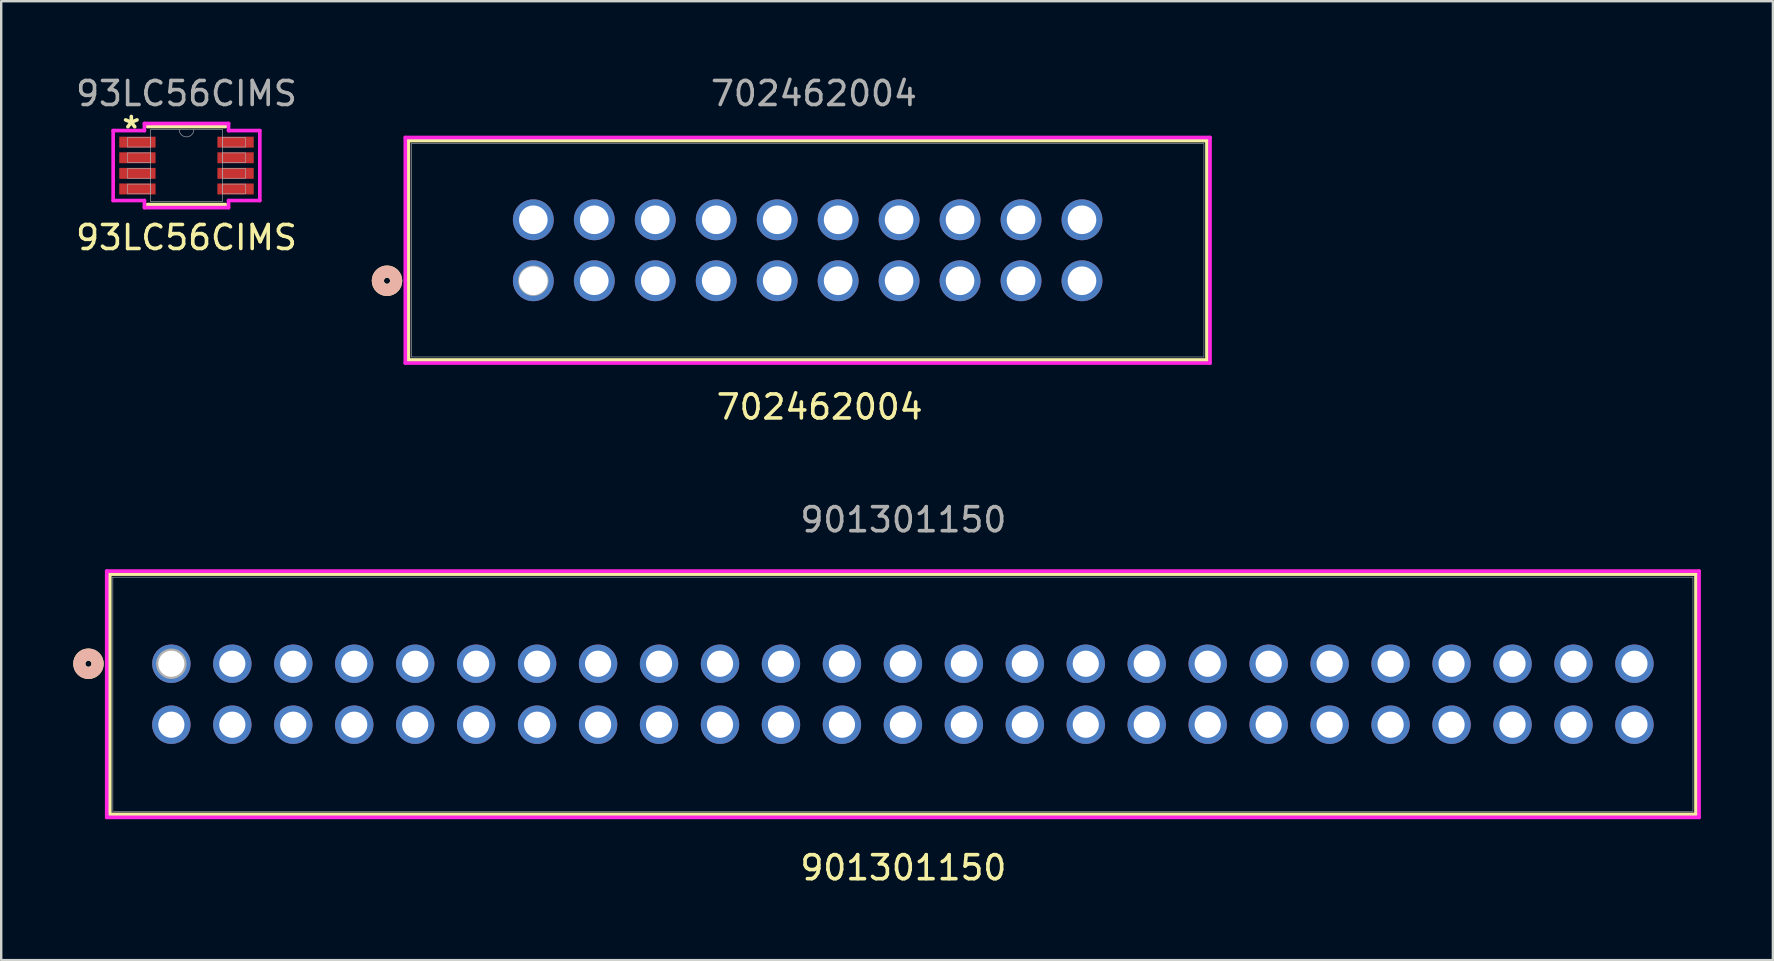
<source format=kicad_pcb>
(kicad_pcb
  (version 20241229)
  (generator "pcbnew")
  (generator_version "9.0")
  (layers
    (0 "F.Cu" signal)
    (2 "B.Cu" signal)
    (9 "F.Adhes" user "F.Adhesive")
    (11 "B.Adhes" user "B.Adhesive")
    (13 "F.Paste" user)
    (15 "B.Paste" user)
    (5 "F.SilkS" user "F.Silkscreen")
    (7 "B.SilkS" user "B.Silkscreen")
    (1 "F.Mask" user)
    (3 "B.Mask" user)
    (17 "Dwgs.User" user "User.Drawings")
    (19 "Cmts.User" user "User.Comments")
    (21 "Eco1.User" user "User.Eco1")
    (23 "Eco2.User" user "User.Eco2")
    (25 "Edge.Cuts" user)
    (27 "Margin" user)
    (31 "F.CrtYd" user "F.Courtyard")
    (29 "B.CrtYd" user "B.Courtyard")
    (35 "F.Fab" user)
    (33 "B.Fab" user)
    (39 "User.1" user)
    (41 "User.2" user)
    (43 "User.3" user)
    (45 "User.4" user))
  (footprint "901301150"
    (layer "F.Cu")
    (at 4.089 24.605)
    (property "Reference" "901301150" (at 30.5 8.5 0) (unlocked yes) (layer "F.SilkS") (effects (font (size 1 1) (thickness 0.15))))
    (attr through_hole)
    (fp_line (start -2.565 -3.734) (end -2.565 6.274) (stroke (width 0.152) (type solid)) (layer "F.SilkS"))
    (fp_line (start -2.565 6.274) (end 63.525 6.274) (stroke (width 0.152) (type solid)) (layer "F.SilkS"))
    (fp_line (start 63.525 -3.734) (end -2.565 -3.734) (stroke (width 0.152) (type solid)) (layer "F.SilkS"))
    (fp_line (start 63.525 6.274) (end 63.525 -3.734) (stroke (width 0.152) (type solid)) (layer "F.SilkS"))
    (fp_circle (center -3.454 0) (end -3.073 0) (stroke (width 0.508) (type solid)) (fill no) (layer "F.SilkS"))
    (fp_circle (center -3.454 0) (end -3.073 0) (stroke (width 0.508) (type solid)) (fill no) (layer "B.SilkS"))
    (fp_line (start -2.692 -3.861) (end -2.692 6.401) (stroke (width 0.152) (type solid)) (layer "F.CrtYd"))
    (fp_line (start -2.692 6.401) (end 63.652 6.401) (stroke (width 0.152) (type solid)) (layer "F.CrtYd"))
    (fp_line (start 63.652 -3.861) (end -2.692 -3.861) (stroke (width 0.152) (type solid)) (layer "F.CrtYd"))
    (fp_line (start 63.652 6.401) (end 63.652 -3.861) (stroke (width 0.152) (type solid)) (layer "F.CrtYd"))
    (fp_line (start -2.438 -3.607) (end -2.438 6.147) (stroke (width 0.025) (type solid)) (layer "F.Fab"))
    (fp_line (start -2.438 6.147) (end 63.398 6.147) (stroke (width 0.025) (type solid)) (layer "F.Fab"))
    (fp_line (start 63.398 -3.607) (end -2.438 -3.607) (stroke (width 0.025) (type solid)) (layer "F.Fab"))
    (fp_line (start 63.398 6.147) (end 63.398 -3.607) (stroke (width 0.025) (type solid)) (layer "F.Fab"))
    (fp_circle (center 0 0) (end 0.381 0) (stroke (width 0.508) (type solid)) (fill no) (layer "F.Fab"))
    (fp_text user "${REFERENCE}" (at 30.5 -6 0) (unlocked yes) (layer "F.Fab") (effects (font (size 1 1) (thickness 0.15))))
    (pad "1" thru_hole circle (at 0 0) (size 1.6 1.6) (drill 1.092) (layers "*.Cu" "*.Mask"))
    (pad "2" thru_hole circle (at 0 2.54) (size 1.6 1.6) (drill 1.092) (layers "*.Cu" "*.Mask"))
    (pad "3" thru_hole circle (at 2.54 0) (size 1.6 1.6) (drill 1.092) (layers "*.Cu" "*.Mask"))
    (pad "4" thru_hole circle (at 2.54 2.54) (size 1.6 1.6) (drill 1.092) (layers "*.Cu" "*.Mask"))
    (pad "5" thru_hole circle (at 5.08 0) (size 1.6 1.6) (drill 1.092) (layers "*.Cu" "*.Mask"))
    (pad "6" thru_hole circle (at 5.08 2.54) (size 1.6 1.6) (drill 1.092) (layers "*.Cu" "*.Mask"))
    (pad "7" thru_hole circle (at 7.62 0) (size 1.6 1.6) (drill 1.092) (layers "*.Cu" "*.Mask"))
    (pad "8" thru_hole circle (at 7.62 2.54) (size 1.6 1.6) (drill 1.092) (layers "*.Cu" "*.Mask"))
    (pad "9" thru_hole circle (at 10.16 0) (size 1.6 1.6) (drill 1.092) (layers "*.Cu" "*.Mask"))
    (pad "10" thru_hole circle (at 10.16 2.54) (size 1.6 1.6) (drill 1.092) (layers "*.Cu" "*.Mask"))
    (pad "11" thru_hole circle (at 12.7 0) (size 1.6 1.6) (drill 1.092) (layers "*.Cu" "*.Mask"))
    (pad "12" thru_hole circle (at 12.7 2.54) (size 1.6 1.6) (drill 1.092) (layers "*.Cu" "*.Mask"))
    (pad "13" thru_hole circle (at 15.24 0) (size 1.6 1.6) (drill 1.092) (layers "*.Cu" "*.Mask"))
    (pad "14" thru_hole circle (at 15.24 2.54) (size 1.6 1.6) (drill 1.092) (layers "*.Cu" "*.Mask"))
    (pad "15" thru_hole circle (at 17.78 0) (size 1.6 1.6) (drill 1.092) (layers "*.Cu" "*.Mask"))
    (pad "16" thru_hole circle (at 17.78 2.54) (size 1.6 1.6) (drill 1.092) (layers "*.Cu" "*.Mask"))
    (pad "17" thru_hole circle (at 20.32 0) (size 1.6 1.6) (drill 1.092) (layers "*.Cu" "*.Mask"))
    (pad "18" thru_hole circle (at 20.32 2.54) (size 1.6 1.6) (drill 1.092) (layers "*.Cu" "*.Mask"))
    (pad "19" thru_hole circle (at 22.86 0) (size 1.6 1.6) (drill 1.092) (layers "*.Cu" "*.Mask"))
    (pad "20" thru_hole circle (at 22.86 2.54) (size 1.6 1.6) (drill 1.092) (layers "*.Cu" "*.Mask"))
    (pad "21" thru_hole circle (at 25.4 0) (size 1.6 1.6) (drill 1.092) (layers "*.Cu" "*.Mask"))
    (pad "22" thru_hole circle (at 25.4 2.54) (size 1.6 1.6) (drill 1.092) (layers "*.Cu" "*.Mask"))
    (pad "23" thru_hole circle (at 27.94 0) (size 1.6 1.6) (drill 1.092) (layers "*.Cu" "*.Mask"))
    (pad "24" thru_hole circle (at 27.94 2.54) (size 1.6 1.6) (drill 1.092) (layers "*.Cu" "*.Mask"))
    (pad "25" thru_hole circle (at 30.48 0) (size 1.6 1.6) (drill 1.092) (layers "*.Cu" "*.Mask"))
    (pad "26" thru_hole circle (at 30.48 2.54) (size 1.6 1.6) (drill 1.092) (layers "*.Cu" "*.Mask"))
    (pad "27" thru_hole circle (at 33.02 0) (size 1.6 1.6) (drill 1.092) (layers "*.Cu" "*.Mask"))
    (pad "28" thru_hole circle (at 33.02 2.54) (size 1.6 1.6) (drill 1.092) (layers "*.Cu" "*.Mask"))
    (pad "29" thru_hole circle (at 35.56 0) (size 1.6 1.6) (drill 1.092) (layers "*.Cu" "*.Mask"))
    (pad "30" thru_hole circle (at 35.56 2.54) (size 1.6 1.6) (drill 1.092) (layers "*.Cu" "*.Mask"))
    (pad "31" thru_hole circle (at 38.1 0) (size 1.6 1.6) (drill 1.092) (layers "*.Cu" "*.Mask"))
    (pad "32" thru_hole circle (at 38.1 2.54) (size 1.6 1.6) (drill 1.092) (layers "*.Cu" "*.Mask"))
    (pad "33" thru_hole circle (at 40.64 0) (size 1.6 1.6) (drill 1.092) (layers "*.Cu" "*.Mask"))
    (pad "34" thru_hole circle (at 40.64 2.54) (size 1.6 1.6) (drill 1.092) (layers "*.Cu" "*.Mask"))
    (pad "35" thru_hole circle (at 43.18 0) (size 1.6 1.6) (drill 1.092) (layers "*.Cu" "*.Mask"))
    (pad "36" thru_hole circle (at 43.18 2.54) (size 1.6 1.6) (drill 1.092) (layers "*.Cu" "*.Mask"))
    (pad "37" thru_hole circle (at 45.72 0) (size 1.6 1.6) (drill 1.092) (layers "*.Cu" "*.Mask"))
    (pad "38" thru_hole circle (at 45.72 2.54) (size 1.6 1.6) (drill 1.092) (layers "*.Cu" "*.Mask"))
    (pad "39" thru_hole circle (at 48.26 0) (size 1.6 1.6) (drill 1.092) (layers "*.Cu" "*.Mask"))
    (pad "40" thru_hole circle (at 48.26 2.54) (size 1.6 1.6) (drill 1.092) (layers "*.Cu" "*.Mask"))
    (pad "41" thru_hole circle (at 50.8 0) (size 1.6 1.6) (drill 1.092) (layers "*.Cu" "*.Mask"))
    (pad "42" thru_hole circle (at 50.8 2.54) (size 1.6 1.6) (drill 1.092) (layers "*.Cu" "*.Mask"))
    (pad "43" thru_hole circle (at 53.34 0) (size 1.6 1.6) (drill 1.092) (layers "*.Cu" "*.Mask"))
    (pad "44" thru_hole circle (at 53.34 2.54) (size 1.6 1.6) (drill 1.092) (layers "*.Cu" "*.Mask"))
    (pad "45" thru_hole circle (at 55.88 0) (size 1.6 1.6) (drill 1.092) (layers "*.Cu" "*.Mask"))
    (pad "46" thru_hole circle (at 55.88 2.54) (size 1.6 1.6) (drill 1.092) (layers "*.Cu" "*.Mask"))
    (pad "47" thru_hole circle (at 58.42 0) (size 1.6 1.6) (drill 1.092) (layers "*.Cu" "*.Mask"))
    (pad "48" thru_hole circle (at 58.42 2.54) (size 1.6 1.6) (drill 1.092) (layers "*.Cu" "*.Mask"))
    (pad "49" thru_hole circle (at 60.96 0) (size 1.6 1.6) (drill 1.092) (layers "*.Cu" "*.Mask"))
    (pad "50" thru_hole circle (at 60.96 2.54) (size 1.6 1.6) (drill 1.092) (layers "*.Cu" "*.Mask")))
  (footprint "702462004"
    (layer "F.Cu")
    (at 19.171 8.648)
    (property "Reference" "702462004" (at 11.93 5.26 0) (unlocked yes) (layer "F.SilkS") (effects (font (size 1 1) (thickness 0.15))))
    (attr through_hole)
    (fp_line (start -5.207 -5.842) (end -5.207 3.302) (stroke (width 0.152) (type solid)) (layer "F.SilkS"))
    (fp_line (start -5.207 3.302) (end 28.067 3.302) (stroke (width 0.152) (type solid)) (layer "F.SilkS"))
    (fp_line (start 28.067 -5.842) (end -5.207 -5.842) (stroke (width 0.152) (type solid)) (layer "F.SilkS"))
    (fp_line (start 28.067 3.302) (end 28.067 -5.842) (stroke (width 0.152) (type solid)) (layer "F.SilkS"))
    (fp_circle (center -6.096 0) (end -5.715 0) (stroke (width 0.508) (type solid)) (fill no) (layer "F.SilkS"))
    (fp_circle (center -6.096 0) (end -5.715 0) (stroke (width 0.508) (type solid)) (fill no) (layer "B.SilkS"))
    (fp_line (start -5.334 -5.969) (end -5.334 3.429) (stroke (width 0.152) (type solid)) (layer "F.CrtYd"))
    (fp_line (start -5.334 3.429) (end 28.194 3.429) (stroke (width 0.152) (type solid)) (layer "F.CrtYd"))
    (fp_line (start 28.194 -5.969) (end -5.334 -5.969) (stroke (width 0.152) (type solid)) (layer "F.CrtYd"))
    (fp_line (start 28.194 3.429) (end 28.194 -5.969) (stroke (width 0.152) (type solid)) (layer "F.CrtYd"))
    (fp_line (start -5.08 -5.715) (end -5.08 3.175) (stroke (width 0.025) (type solid)) (layer "F.Fab"))
    (fp_line (start -5.08 3.175) (end 27.94 3.175) (stroke (width 0.025) (type solid)) (layer "F.Fab"))
    (fp_line (start 27.94 -5.715) (end -5.08 -5.715) (stroke (width 0.025) (type solid)) (layer "F.Fab"))
    (fp_line (start 27.94 3.175) (end 27.94 -5.715) (stroke (width 0.025) (type solid)) (layer "F.Fab"))
    (fp_circle (center 0 0) (end 0.381 0) (stroke (width 0.508) (type solid)) (fill no) (layer "F.Fab"))
    (fp_text user "${REFERENCE}" (at 11.69 -7.8 0) (unlocked yes) (layer "F.Fab") (effects (font (size 1 1) (thickness 0.15))))
    (pad "1" thru_hole circle (at 0 0) (size 1.702 1.702) (drill 1.194) (layers "*.Cu" "*.Mask"))
    (pad "2" thru_hole circle (at 0 -2.54) (size 1.702 1.702) (drill 1.194) (layers "*.Cu" "*.Mask"))
    (pad "3" thru_hole circle (at 2.54 0) (size 1.702 1.702) (drill 1.194) (layers "*.Cu" "*.Mask"))
    (pad "4" thru_hole circle (at 2.54 -2.54) (size 1.702 1.702) (drill 1.194) (layers "*.Cu" "*.Mask"))
    (pad "5" thru_hole circle (at 5.08 0) (size 1.702 1.702) (drill 1.194) (layers "*.Cu" "*.Mask"))
    (pad "6" thru_hole circle (at 5.08 -2.54) (size 1.702 1.702) (drill 1.194) (layers "*.Cu" "*.Mask"))
    (pad "7" thru_hole circle (at 7.62 0) (size 1.702 1.702) (drill 1.194) (layers "*.Cu" "*.Mask"))
    (pad "8" thru_hole circle (at 7.62 -2.54) (size 1.702 1.702) (drill 1.194) (layers "*.Cu" "*.Mask"))
    (pad "9" thru_hole circle (at 10.16 0) (size 1.702 1.702) (drill 1.194) (layers "*.Cu" "*.Mask"))
    (pad "10" thru_hole circle (at 10.16 -2.54) (size 1.702 1.702) (drill 1.194) (layers "*.Cu" "*.Mask"))
    (pad "11" thru_hole circle (at 12.7 0) (size 1.702 1.702) (drill 1.194) (layers "*.Cu" "*.Mask"))
    (pad "12" thru_hole circle (at 12.7 -2.54) (size 1.702 1.702) (drill 1.194) (layers "*.Cu" "*.Mask"))
    (pad "13" thru_hole circle (at 15.24 0) (size 1.702 1.702) (drill 1.194) (layers "*.Cu" "*.Mask"))
    (pad "14" thru_hole circle (at 15.24 -2.54) (size 1.702 1.702) (drill 1.194) (layers "*.Cu" "*.Mask"))
    (pad "15" thru_hole circle (at 17.78 0) (size 1.702 1.702) (drill 1.194) (layers "*.Cu" "*.Mask"))
    (pad "16" thru_hole circle (at 17.78 -2.54) (size 1.702 1.702) (drill 1.194) (layers "*.Cu" "*.Mask"))
    (pad "17" thru_hole circle (at 20.32 0) (size 1.702 1.702) (drill 1.194) (layers "*.Cu" "*.Mask"))
    (pad "18" thru_hole circle (at 20.32 -2.54) (size 1.702 1.702) (drill 1.194) (layers "*.Cu" "*.Mask"))
    (pad "19" thru_hole circle (at 22.86 0) (size 1.702 1.702) (drill 1.194) (layers "*.Cu" "*.Mask"))
    (pad "20" thru_hole circle (at 22.86 -2.54) (size 1.702 1.702) (drill 1.194) (layers "*.Cu" "*.Mask")))
  (footprint "93LC56CIMS"
    (layer "F.Cu")
    (at 4.72 3.848)
    (property "Reference" "93LC56CIMS" (at 0 3 0) (unlocked yes) (layer "F.SilkS") (effects (font (size 1 1) (thickness 0.15))))
    (attr smd)
    (fp_line (start -1.626 1.626) (end 1.626 1.626) (stroke (width 0.152) (type solid)) (layer "F.SilkS"))
    (fp_line (start 1.626 -1.626) (end -1.626 -1.626) (stroke (width 0.152) (type solid)) (layer "F.SilkS"))
    (fp_line (start -3.055 -1.457) (end -1.753 -1.457) (stroke (width 0.152) (type solid)) (layer "F.CrtYd"))
    (fp_line (start -3.055 1.457) (end -3.055 -1.457) (stroke (width 0.152) (type solid)) (layer "F.CrtYd"))
    (fp_line (start -3.055 1.457) (end -1.753 1.457) (stroke (width 0.152) (type solid)) (layer "F.CrtYd"))
    (fp_line (start -1.753 -1.753) (end 1.753 -1.753) (stroke (width 0.152) (type solid)) (layer "F.CrtYd"))
    (fp_line (start -1.753 -1.457) (end -1.753 -1.753) (stroke (width 0.152) (type solid)) (layer "F.CrtYd"))
    (fp_line (start -1.753 1.753) (end -1.753 1.457) (stroke (width 0.152) (type solid)) (layer "F.CrtYd"))
    (fp_line (start 1.753 -1.753) (end 1.753 -1.457) (stroke (width 0.152) (type solid)) (layer "F.CrtYd"))
    (fp_line (start 1.753 1.457) (end 1.753 1.753) (stroke (width 0.152) (type solid)) (layer "F.CrtYd"))
    (fp_line (start 1.753 1.753) (end -1.753 1.753) (stroke (width 0.152) (type solid)) (layer "F.CrtYd"))
    (fp_line (start 3.055 -1.457) (end 1.753 -1.457) (stroke (width 0.152) (type solid)) (layer "F.CrtYd"))
    (fp_line (start 3.055 -1.457) (end 3.055 1.457) (stroke (width 0.152) (type solid)) (layer "F.CrtYd"))
    (fp_line (start 3.055 1.457) (end 1.753 1.457) (stroke (width 0.152) (type solid)) (layer "F.CrtYd"))
    (fp_line (start -2.451 -1.178) (end -2.451 -0.772) (stroke (width 0.025) (type solid)) (layer "F.Fab"))
    (fp_line (start -2.451 -0.772) (end -1.499 -0.772) (stroke (width 0.025) (type solid)) (layer "F.Fab"))
    (fp_line (start -2.451 -0.528) (end -2.451 -0.122) (stroke (width 0.025) (type solid)) (layer "F.Fab"))
    (fp_line (start -2.451 -0.122) (end -1.499 -0.122) (stroke (width 0.025) (type solid)) (layer "F.Fab"))
    (fp_line (start -2.451 0.122) (end -2.451 0.528) (stroke (width 0.025) (type solid)) (layer "F.Fab"))
    (fp_line (start -2.451 0.528) (end -1.499 0.528) (stroke (width 0.025) (type solid)) (layer "F.Fab"))
    (fp_line (start -2.451 0.772) (end -2.451 1.178) (stroke (width 0.025) (type solid)) (layer "F.Fab"))
    (fp_line (start -2.451 1.178) (end -1.499 1.178) (stroke (width 0.025) (type solid)) (layer "F.Fab"))
    (fp_line (start -1.499 -1.499) (end -1.499 1.499) (stroke (width 0.025) (type solid)) (layer "F.Fab"))
    (fp_line (start -1.499 -1.178) (end -2.451 -1.178) (stroke (width 0.025) (type solid)) (layer "F.Fab"))
    (fp_line (start -1.499 -0.772) (end -1.499 -1.178) (stroke (width 0.025) (type solid)) (layer "F.Fab"))
    (fp_line (start -1.499 -0.528) (end -2.451 -0.528) (stroke (width 0.025) (type solid)) (layer "F.Fab"))
    (fp_line (start -1.499 -0.122) (end -1.499 -0.528) (stroke (width 0.025) (type solid)) (layer "F.Fab"))
    (fp_line (start -1.499 0.122) (end -2.451 0.122) (stroke (width 0.025) (type solid)) (layer "F.Fab"))
    (fp_line (start -1.499 0.528) (end -1.499 0.122) (stroke (width 0.025) (type solid)) (layer "F.Fab"))
    (fp_line (start -1.499 0.772) (end -2.451 0.772) (stroke (width 0.025) (type solid)) (layer "F.Fab"))
    (fp_line (start -1.499 1.178) (end -1.499 0.772) (stroke (width 0.025) (type solid)) (layer "F.Fab"))
    (fp_line (start -1.499 1.499) (end 1.499 1.499) (stroke (width 0.025) (type solid)) (layer "F.Fab"))
    (fp_line (start 1.499 -1.499) (end -1.499 -1.499) (stroke (width 0.025) (type solid)) (layer "F.Fab"))
    (fp_line (start 1.499 -1.178) (end 1.499 -0.772) (stroke (width 0.025) (type solid)) (layer "F.Fab"))
    (fp_line (start 1.499 -0.772) (end 2.451 -0.772) (stroke (width 0.025) (type solid)) (layer "F.Fab"))
    (fp_line (start 1.499 -0.528) (end 1.499 -0.122) (stroke (width 0.025) (type solid)) (layer "F.Fab"))
    (fp_line (start 1.499 -0.122) (end 2.451 -0.122) (stroke (width 0.025) (type solid)) (layer "F.Fab"))
    (fp_line (start 1.499 0.122) (end 1.499 0.528) (stroke (width 0.025) (type solid)) (layer "F.Fab"))
    (fp_line (start 1.499 0.528) (end 2.451 0.528) (stroke (width 0.025) (type solid)) (layer "F.Fab"))
    (fp_line (start 1.499 0.772) (end 1.499 1.178) (stroke (width 0.025) (type solid)) (layer "F.Fab"))
    (fp_line (start 1.499 1.178) (end 2.451 1.178) (stroke (width 0.025) (type solid)) (layer "F.Fab"))
    (fp_line (start 1.499 1.499) (end 1.499 -1.499) (stroke (width 0.025) (type solid)) (layer "F.Fab"))
    (fp_line (start 2.451 -1.178) (end 1.499 -1.178) (stroke (width 0.025) (type solid)) (layer "F.Fab"))
    (fp_line (start 2.451 -0.772) (end 2.451 -1.178) (stroke (width 0.025) (type solid)) (layer "F.Fab"))
    (fp_line (start 2.451 -0.528) (end 1.499 -0.528) (stroke (width 0.025) (type solid)) (layer "F.Fab"))
    (fp_line (start 2.451 -0.122) (end 2.451 -0.528) (stroke (width 0.025) (type solid)) (layer "F.Fab"))
    (fp_line (start 2.451 0.122) (end 1.499 0.122) (stroke (width 0.025) (type solid)) (layer "F.Fab"))
    (fp_line (start 2.451 0.528) (end 2.451 0.122) (stroke (width 0.025) (type solid)) (layer "F.Fab"))
    (fp_line (start 2.451 0.772) (end 1.499 0.772) (stroke (width 0.025) (type solid)) (layer "F.Fab"))
    (fp_line (start 2.451 1.178) (end 2.451 0.772) (stroke (width 0.025) (type solid)) (layer "F.Fab"))
    (fp_arc (start 0.3048 -1.4986) (mid 0 -1.1938) (end -0.3048 -1.4986) (stroke (width 0.0254) (type solid)) (layer "F.Fab"))
    (fp_text user "*" (at -2.299 -1.5 0) (layer "F.SilkS") (effects (font (size 1 1) (thickness 0.15))))
    (fp_text user "${REFERENCE}" (at 0 -3 0) (unlocked yes) (layer "F.Fab") (effects (font (size 1 1) (thickness 0.15))))
    (pad "1" smd rect (at -2.045 -0.975) (size 1.513 0.456) (layers "F.Cu" "F.Mask" "F.Paste"))
    (pad "2" smd rect (at -2.045 -0.325) (size 1.513 0.456) (layers "F.Cu" "F.Mask" "F.Paste"))
    (pad "3" smd rect (at -2.045 0.325) (size 1.513 0.456) (layers "F.Cu" "F.Mask" "F.Paste"))
    (pad "4" smd rect (at -2.045 0.975) (size 1.513 0.456) (layers "F.Cu" "F.Mask" "F.Paste"))
    (pad "5" smd rect (at 2.045 0.975) (size 1.513 0.456) (layers "F.Cu" "F.Mask" "F.Paste"))
    (pad "6" smd rect (at 2.045 0.325) (size 1.513 0.456) (layers "F.Cu" "F.Mask" "F.Paste"))
    (pad "7" smd rect (at 2.045 -0.325) (size 1.513 0.456) (layers "F.Cu" "F.Mask" "F.Paste"))
    (pad "8" smd rect (at 2.045 -0.975) (size 1.513 0.456) (layers "F.Cu" "F.Mask" "F.Paste")))
  (gr_rect
    (start -3 -3)
    (end 70.818 36.953)
    (stroke (width 0.1) (type default))
    (fill no)
    (layer "Edge.Cuts")))
</source>
